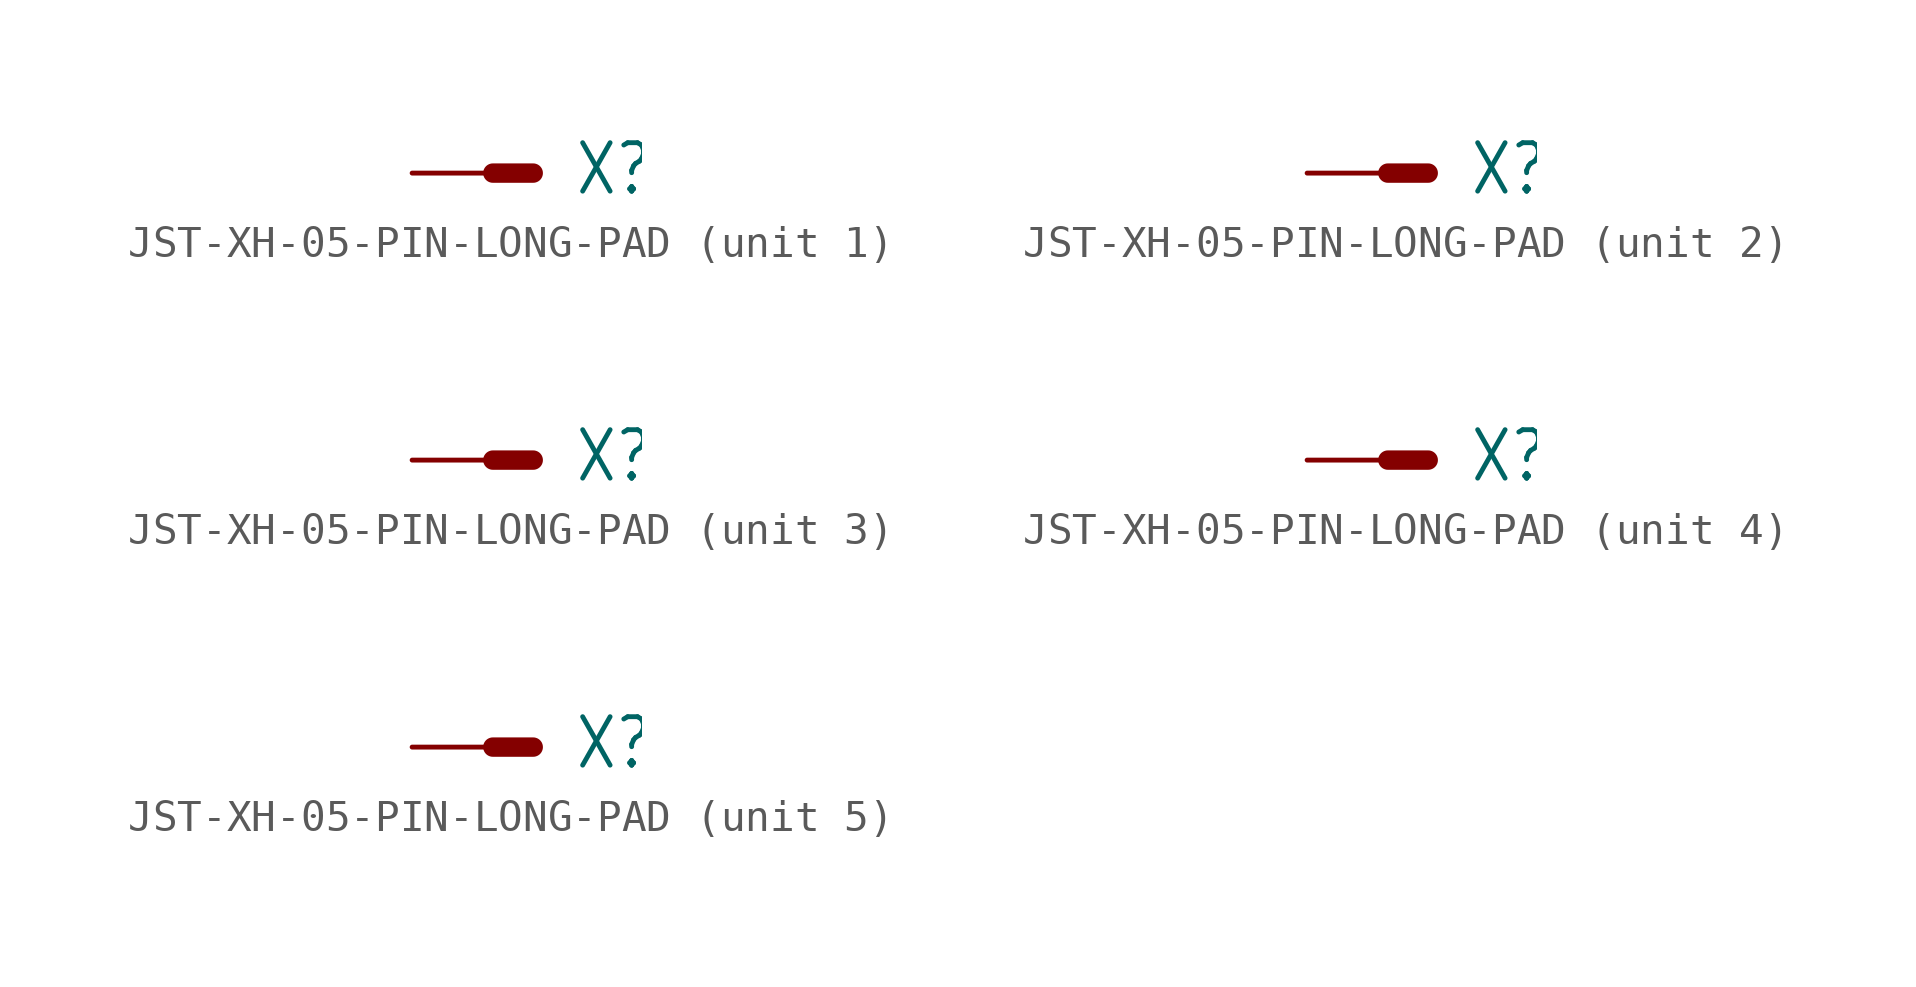
<source format=kicad_sym>
(kicad_symbol_lib
  (version 20220914)
  (generator kicad_symbol_editor)
  (symbol "JST-XH-05-PIN-LONG-PAD"
    (property "Reference" "X"
      (at 2.54 -0.762 0)
      (effects (font (size 1.524 1.295)) (justify left bottom)))
    (property "ki_locked" ""
      (at 0 0 0)
      (effects (font (size 1.27 1.27))))
    (symbol "JST-XH-05-PIN-LONG-PAD_1_0"
      (polyline (pts (xy 1.27 0) (xy 0 0)) (stroke (width 0.61) (type solid)) (fill (type none)))
      (pin passive line (at -2.54 0 0) (length 2.54) (name "S" (effects (font (size 0 0)))) (number "1" (effects (font (size 0 0))))))
    (symbol "JST-XH-05-PIN-LONG-PAD_2_0"
      (polyline (pts (xy 1.27 0) (xy 0 0)) (stroke (width 0.61) (type solid)) (fill (type none)))
      (pin passive line (at -2.54 0 0) (length 2.54) (name "S" (effects (font (size 0 0)))) (number "2" (effects (font (size 0 0))))))
    (symbol "JST-XH-05-PIN-LONG-PAD_3_0"
      (polyline (pts (xy 1.27 0) (xy 0 0)) (stroke (width 0.61) (type solid)) (fill (type none)))
      (pin passive line (at -2.54 0 0) (length 2.54) (name "S" (effects (font (size 0 0)))) (number "3" (effects (font (size 0 0))))))
    (symbol "JST-XH-05-PIN-LONG-PAD_4_0"
      (polyline (pts (xy 1.27 0) (xy 0 0)) (stroke (width 0.61) (type solid)) (fill (type none)))
      (pin passive line (at -2.54 0 0) (length 2.54) (name "S" (effects (font (size 0 0)))) (number "4" (effects (font (size 0 0))))))
    (symbol "JST-XH-05-PIN-LONG-PAD_5_0"
      (polyline (pts (xy 1.27 0) (xy 0 0)) (stroke (width 0.61) (type solid)) (fill (type none)))
      (pin passive line (at -2.54 0 0) (length 2.54) (name "S" (effects (font (size 0 0)))) (number "5" (effects (font (size 0 0))))))))
</source>
